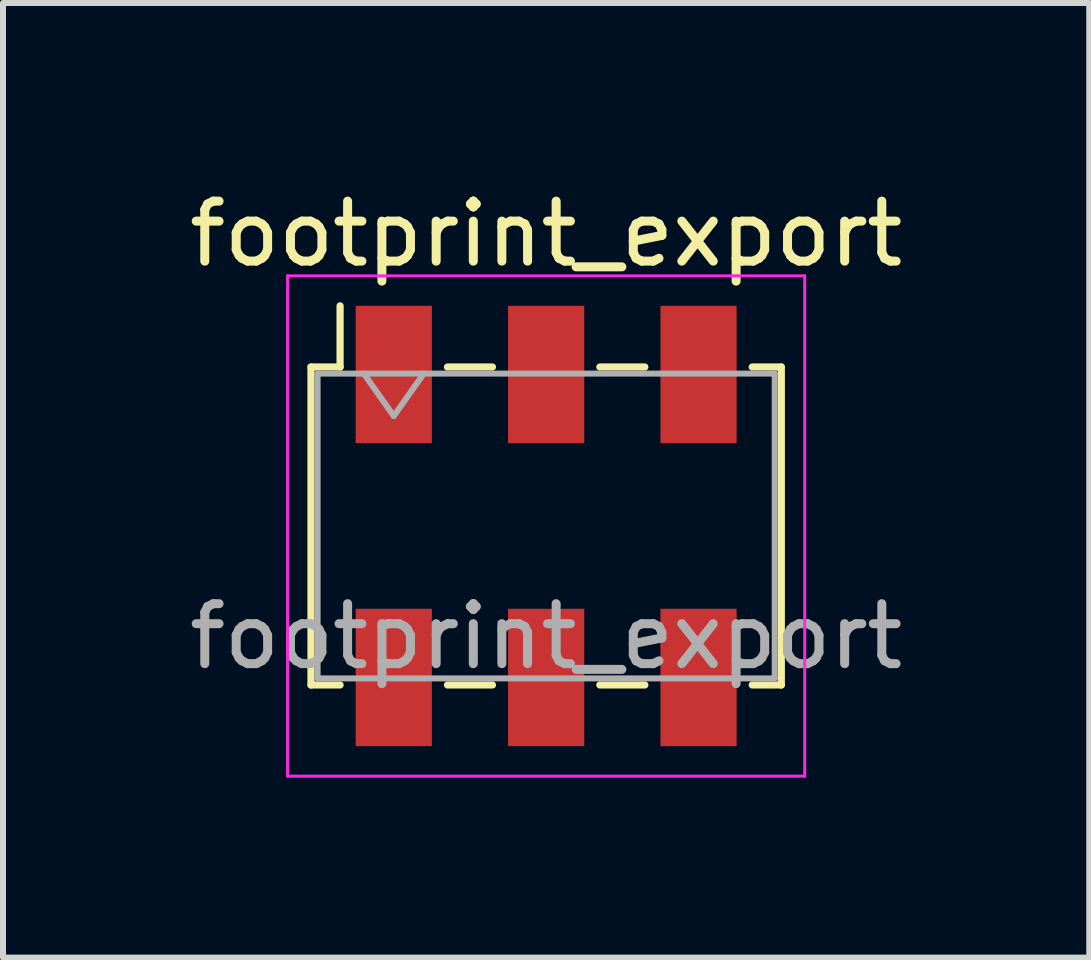
<source format=kicad_pcb>
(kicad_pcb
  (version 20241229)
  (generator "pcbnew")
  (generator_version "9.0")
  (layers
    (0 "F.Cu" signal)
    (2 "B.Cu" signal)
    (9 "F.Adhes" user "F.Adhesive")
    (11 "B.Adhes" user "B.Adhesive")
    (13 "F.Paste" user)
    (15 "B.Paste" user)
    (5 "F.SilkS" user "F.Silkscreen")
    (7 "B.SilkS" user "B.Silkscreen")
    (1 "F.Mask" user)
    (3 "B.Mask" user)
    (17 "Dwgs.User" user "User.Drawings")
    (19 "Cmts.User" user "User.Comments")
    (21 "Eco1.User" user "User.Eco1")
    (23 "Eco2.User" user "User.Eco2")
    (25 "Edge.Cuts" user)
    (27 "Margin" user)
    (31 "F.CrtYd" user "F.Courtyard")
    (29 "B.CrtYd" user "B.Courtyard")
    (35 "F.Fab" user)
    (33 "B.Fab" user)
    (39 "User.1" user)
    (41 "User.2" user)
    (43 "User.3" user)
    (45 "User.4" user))
  (footprint "footprint_export"
    (layer "F.Cu")
    (at 6.054 5.718)
    (property "Reference" "footprint_export" (at 0 -4.87 0) (layer "F.SilkS") (effects (font (size 1 1) (thickness 0.15))))
    (attr smd)
    (fp_line (start -3.92 -2.65) (end -3.92 2.65) (stroke (width 0.12) (type solid)) (layer "F.SilkS"))
    (fp_line (start -3.92 2.65) (end -3.435 2.65) (stroke (width 0.12) (type solid)) (layer "F.SilkS"))
    (fp_line (start -3.435 -3.67) (end -3.435 -2.65) (stroke (width 0.12) (type solid)) (layer "F.SilkS"))
    (fp_line (start -3.435 -2.65) (end -3.92 -2.65) (stroke (width 0.12) (type solid)) (layer "F.SilkS"))
    (fp_line (start -1.645 -2.65) (end -0.895 -2.65) (stroke (width 0.12) (type solid)) (layer "F.SilkS"))
    (fp_line (start -1.645 2.65) (end -0.895 2.65) (stroke (width 0.12) (type solid)) (layer "F.SilkS"))
    (fp_line (start 0.895 -2.65) (end 1.645 -2.65) (stroke (width 0.12) (type solid)) (layer "F.SilkS"))
    (fp_line (start 0.895 2.65) (end 1.645 2.65) (stroke (width 0.12) (type solid)) (layer "F.SilkS"))
    (fp_line (start 3.435 -2.65) (end 3.92 -2.65) (stroke (width 0.12) (type solid)) (layer "F.SilkS"))
    (fp_line (start 3.92 -2.65) (end 3.92 2.65) (stroke (width 0.12) (type solid)) (layer "F.SilkS"))
    (fp_line (start 3.92 2.65) (end 3.435 2.65) (stroke (width 0.12) (type solid)) (layer "F.SilkS"))
    (fp_line (start -4.31 -4.17) (end 4.31 -4.17) (stroke (width 0.05) (type solid)) (layer "F.CrtYd"))
    (fp_line (start -4.31 4.17) (end -4.31 -4.17) (stroke (width 0.05) (type solid)) (layer "F.CrtYd"))
    (fp_line (start 4.31 -4.17) (end 4.31 4.17) (stroke (width 0.05) (type solid)) (layer "F.CrtYd"))
    (fp_line (start 4.31 4.17) (end -4.31 4.17) (stroke (width 0.05) (type solid)) (layer "F.CrtYd"))
    (fp_line (start -3.81 -2.54) (end 3.81 -2.54) (stroke (width 0.1) (type solid)) (layer "F.Fab"))
    (fp_line (start -3.81 2.54) (end -3.81 -2.54) (stroke (width 0.1) (type solid)) (layer "F.Fab"))
    (fp_line (start -3.04 -2.54) (end -2.54 -1.833) (stroke (width 0.1) (type solid)) (layer "F.Fab"))
    (fp_line (start -2.54 -1.833) (end -2.04 -2.54) (stroke (width 0.1) (type solid)) (layer "F.Fab"))
    (fp_line (start 3.81 -2.54) (end 3.81 2.54) (stroke (width 0.1) (type solid)) (layer "F.Fab"))
    (fp_line (start 3.81 2.54) (end -3.81 2.54) (stroke (width 0.1) (type solid)) (layer "F.Fab"))
    (fp_text user "${REFERENCE}" (at 0 1.84 0) (layer "F.Fab") (effects (font (size 1 1) (thickness 0.15))))
    (pad "1" smd rect (at -2.54 -2.525) (size 1.27 2.29) (layers "F.Cu" "F.Mask" "F.Paste"))
    (pad "2" smd rect (at -2.54 2.525) (size 1.27 2.29) (layers "F.Cu" "F.Mask" "F.Paste"))
    (pad "3" smd rect (at 0 -2.525) (size 1.27 2.29) (layers "F.Cu" "F.Mask" "F.Paste"))
    (pad "4" smd rect (at 0 2.525) (size 1.27 2.29) (layers "F.Cu" "F.Mask" "F.Paste"))
    (pad "5" smd rect (at 2.54 -2.525) (size 1.27 2.29) (layers "F.Cu" "F.Mask" "F.Paste"))
    (pad "6" smd rect (at 2.54 2.525) (size 1.27 2.29) (layers "F.Cu" "F.Mask" "F.Paste")))
  (gr_rect
    (start -3 -3)
    (end 15.107 12.913)
    (stroke (width 0.1) (type default))
    (fill no)
    (layer "Edge.Cuts")))
</source>
